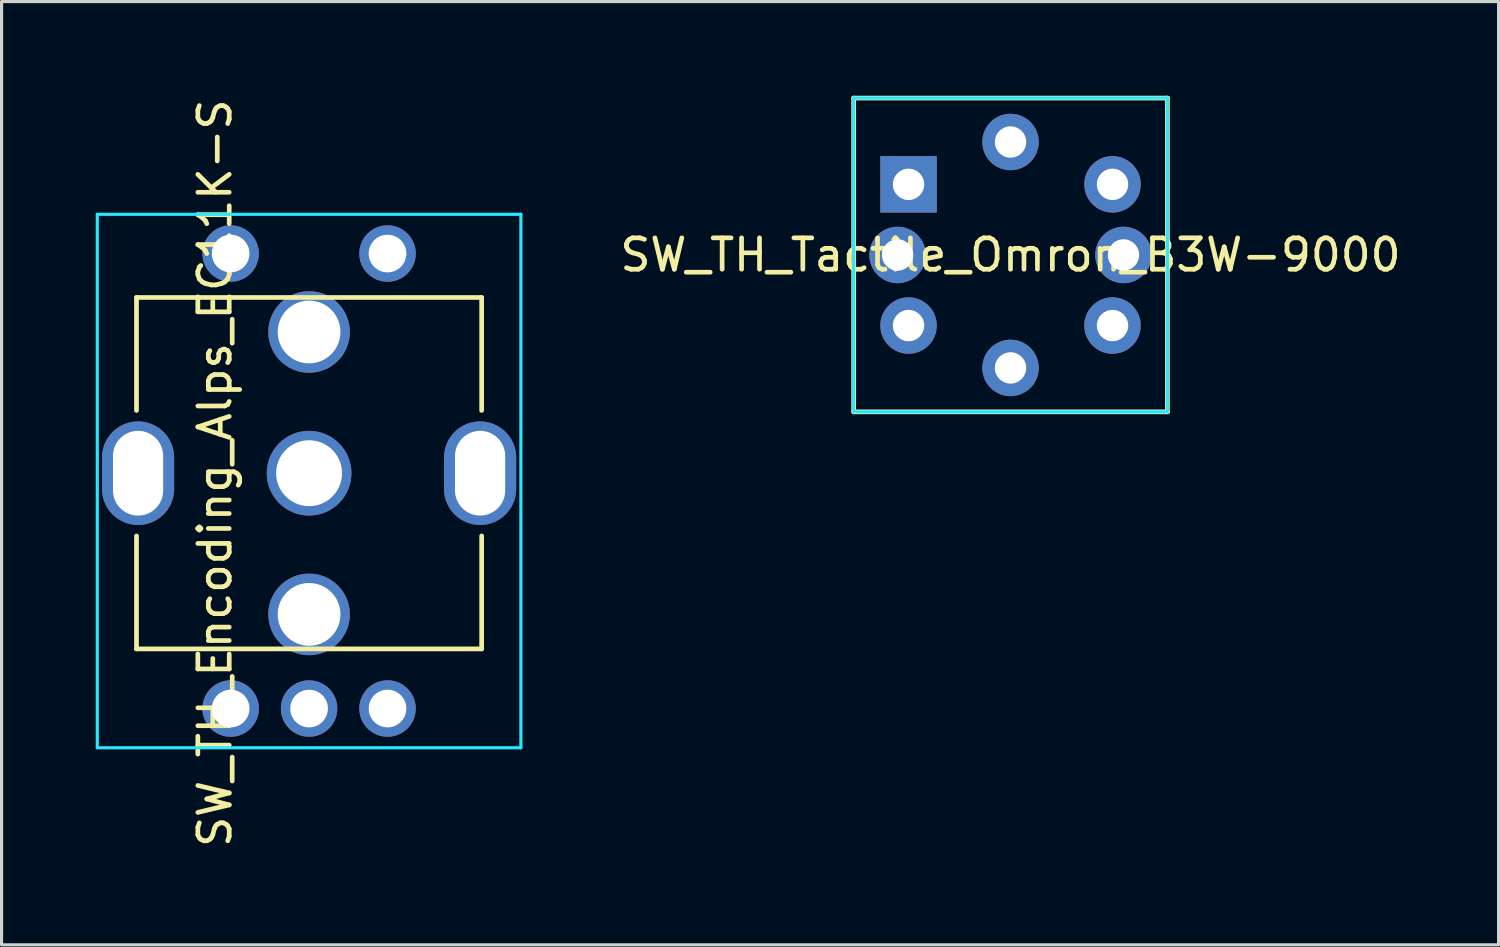
<source format=kicad_pcb>
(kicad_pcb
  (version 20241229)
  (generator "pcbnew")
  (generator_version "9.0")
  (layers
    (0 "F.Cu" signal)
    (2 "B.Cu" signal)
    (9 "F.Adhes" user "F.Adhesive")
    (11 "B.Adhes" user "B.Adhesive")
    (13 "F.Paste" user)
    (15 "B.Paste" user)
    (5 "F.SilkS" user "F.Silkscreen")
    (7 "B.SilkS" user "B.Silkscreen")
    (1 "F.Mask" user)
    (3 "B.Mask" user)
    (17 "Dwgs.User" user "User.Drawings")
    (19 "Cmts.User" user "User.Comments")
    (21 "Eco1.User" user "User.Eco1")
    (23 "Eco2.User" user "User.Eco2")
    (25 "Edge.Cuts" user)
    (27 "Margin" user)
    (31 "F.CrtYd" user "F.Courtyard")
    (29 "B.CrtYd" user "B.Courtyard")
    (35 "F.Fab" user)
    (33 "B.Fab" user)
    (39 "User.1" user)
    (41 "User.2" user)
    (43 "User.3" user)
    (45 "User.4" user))
  (footprint "SW_TH_Tactile_Omron_B3W-9000"
    (layer "F.Cu")
    (at 29.154 5.075)
    (property "Reference" "SW_TH_Tactile_Omron_B3W-9000" (at 0 0 0) (layer "F.SilkS") (effects (font (size 1 1) (thickness 0.15))))
    (attr through_hole)
    (fp_line (start -5 -5) (end 5 -5) (stroke (width 0.15) (type solid)) (layer "F.SilkS"))
    (fp_line (start -5 5) (end -5 -5) (stroke (width 0.15) (type solid)) (layer "F.SilkS"))
    (fp_line (start 5 -5) (end 5 5) (stroke (width 0.15) (type solid)) (layer "F.SilkS"))
    (fp_line (start 5 5) (end -5 5) (stroke (width 0.15) (type solid)) (layer "F.SilkS"))
    (fp_line (start -5 -5) (end -5 5) (stroke (width 0.1) (type solid)) (layer "B.CrtYd"))
    (fp_line (start -5 5) (end 5 5) (stroke (width 0.1) (type solid)) (layer "B.CrtYd"))
    (fp_line (start 5 -5) (end -5 -5) (stroke (width 0.1) (type solid)) (layer "B.CrtYd"))
    (fp_line (start 5 5) (end 5 -5) (stroke (width 0.1) (type solid)) (layer "B.CrtYd"))
    (fp_line (start -5 -5) (end -5 5) (stroke (width 0.05) (type solid)) (layer "F.CrtYd"))
    (fp_line (start -5 5) (end 5 5) (stroke (width 0.05) (type solid)) (layer "F.CrtYd"))
    (fp_line (start 5 -5) (end -5 -5) (stroke (width 0.05) (type solid)) (layer "F.CrtYd"))
    (fp_line (start 5 5) (end 5 -5) (stroke (width 0.05) (type solid)) (layer "F.CrtYd"))
    (pad "1" thru_hole rect (at -3.25 -2.25) (size 1.8 1.8) (drill 1) (layers "*.Cu" "*.Mask"))
    (pad "2" thru_hole circle (at 3.25 -2.25) (size 1.8 1.8) (drill 1) (layers "*.Cu" "*.Mask"))
    (pad "3" thru_hole circle (at -3.25 2.25) (size 1.8 1.8) (drill 1) (layers "*.Cu" "*.Mask"))
    (pad "4" thru_hole circle (at 3.25 2.25) (size 1.8 1.8) (drill 1) (layers "*.Cu" "*.Mask"))
    (pad "5" thru_hole circle (at 0 3.6) (size 1.8 1.8) (drill 1) (layers "*.Cu" "*.Mask"))
    (pad "6" thru_hole circle (at -3.6 0) (size 1.8 1.8) (drill 1) (layers "*.Cu" "*.Mask"))
    (pad "7" thru_hole circle (at 0 -3.6) (size 1.8 1.8) (drill 1) (layers "*.Cu" "*.Mask"))
    (pad "8" thru_hole circle (at 3.6 0) (size 1.8 1.8) (drill 1) (layers "*.Cu" "*.Mask")))
  (footprint "SW_TH_Encoding_Alps_EC11K-S"
    (layer "F.Cu")
    (at 6.8 12.03)
    (property "Reference" "SW_TH_Encoding_Alps_EC11K-S" (at -3 0 270) (layer "F.SilkS") (effects (font (size 1 1) (thickness 0.15))))
    (attr through_hole)
    (fp_line (start -5.5 -5.6) (end 5.5 -5.6) (stroke (width 0.15) (type solid)) (layer "F.SilkS"))
    (fp_line (start -5.5 -2) (end -5.5 -5.6) (stroke (width 0.15) (type solid)) (layer "F.SilkS"))
    (fp_line (start -5.5 5.6) (end -5.5 2) (stroke (width 0.15) (type solid)) (layer "F.SilkS"))
    (fp_line (start -5.5 5.6) (end 5.5 5.6) (stroke (width 0.15) (type solid)) (layer "F.SilkS"))
    (fp_line (start 5.5 -2) (end 5.5 -5.6) (stroke (width 0.15) (type solid)) (layer "F.SilkS"))
    (fp_line (start 5.5 5.6) (end 5.5 2) (stroke (width 0.15) (type solid)) (layer "F.SilkS"))
    (fp_line (start -6.75 -8.25) (end -6.75 8.75) (stroke (width 0.1) (type solid)) (layer "B.CrtYd"))
    (fp_line (start -6.75 8.75) (end 6.75 8.75) (stroke (width 0.1) (type solid)) (layer "B.CrtYd"))
    (fp_line (start 6.75 -8.25) (end -6.75 -8.25) (stroke (width 0.1) (type solid)) (layer "B.CrtYd"))
    (fp_line (start 6.75 8.75) (end 6.75 -8.25) (stroke (width 0.1) (type solid)) (layer "B.CrtYd"))
    (fp_line (start -6.75 -8.25) (end -6.75 8.75) (stroke (width 0.05) (type solid)) (layer "F.CrtYd"))
    (fp_line (start -6.75 8.75) (end 6.75 8.75) (stroke (width 0.05) (type solid)) (layer "F.CrtYd"))
    (fp_line (start 6.75 -8.25) (end -6.75 -8.25) (stroke (width 0.05) (type solid)) (layer "F.CrtYd"))
    (fp_line (start 6.75 8.75) (end 6.75 -8.25) (stroke (width 0.05) (type solid)) (layer "F.CrtYd"))
    (pad "" smd rect (at -4.65 -3.75) (size 3.3 2.5) (layers "F.Mask" "F.Paste"))
    (pad "" smd rect (at -4.65 3.75) (size 3.3 2.5) (layers "F.Mask" "F.Paste"))
    (pad "" np_thru_hole circle (at 0 -4.5) (size 2.6 2.6) (drill 2) (layers "*.Cu" "*.Mask"))
    (pad "" np_thru_hole circle (at 0 0) (size 2.7 2.7) (drill 2.1) (layers "*.Cu" "*.Mask"))
    (pad "" np_thru_hole circle (at 0 4.5) (size 2.6 2.6) (drill 2) (layers "*.Cu" "*.Mask"))
    (pad "" smd rect (at 4.65 -3.75) (size 3.3 2.5) (layers "F.Mask" "F.Paste"))
    (pad "" smd rect (at 4.65 3.75) (size 3.3 2.5) (layers "F.Mask" "F.Paste"))
    (pad "A" thru_hole circle (at -2.5 7.5) (size 1.8 1.8) (drill 1.2) (layers "*.Cu" "*.Mask"))
    (pad "B" thru_hole circle (at 2.5 7.5) (size 1.8 1.8) (drill 1.2) (layers "*.Cu" "*.Mask"))
    (pad "C" thru_hole circle (at 0 7.5) (size 1.8 1.8) (drill 1.2) (layers "*.Cu" "*.Mask"))
    (pad "H1" thru_hole oval (at 5.45 0) (size 2.3 3.3) (drill oval 1.6 2.7) (layers "*.Cu" "*.Mask"))
    (pad "H2" thru_hole oval (at -5.45 0) (size 2.3 3.3) (drill oval 1.6 2.7) (layers "*.Cu" "*.Mask"))
    (pad "S1" thru_hole circle (at 2.5 -7) (size 1.8 1.8) (drill 1.2) (layers "*.Cu" "*.Mask"))
    (pad "S2" thru_hole circle (at -2.5 -7) (size 1.8 1.8) (drill 1.2) (layers "*.Cu" "*.Mask")))
  (gr_rect
    (start -3 -3)
    (end 44.707 27.06)
    (stroke (width 0.1) (type default))
    (fill no)
    (layer "Edge.Cuts")))
</source>
